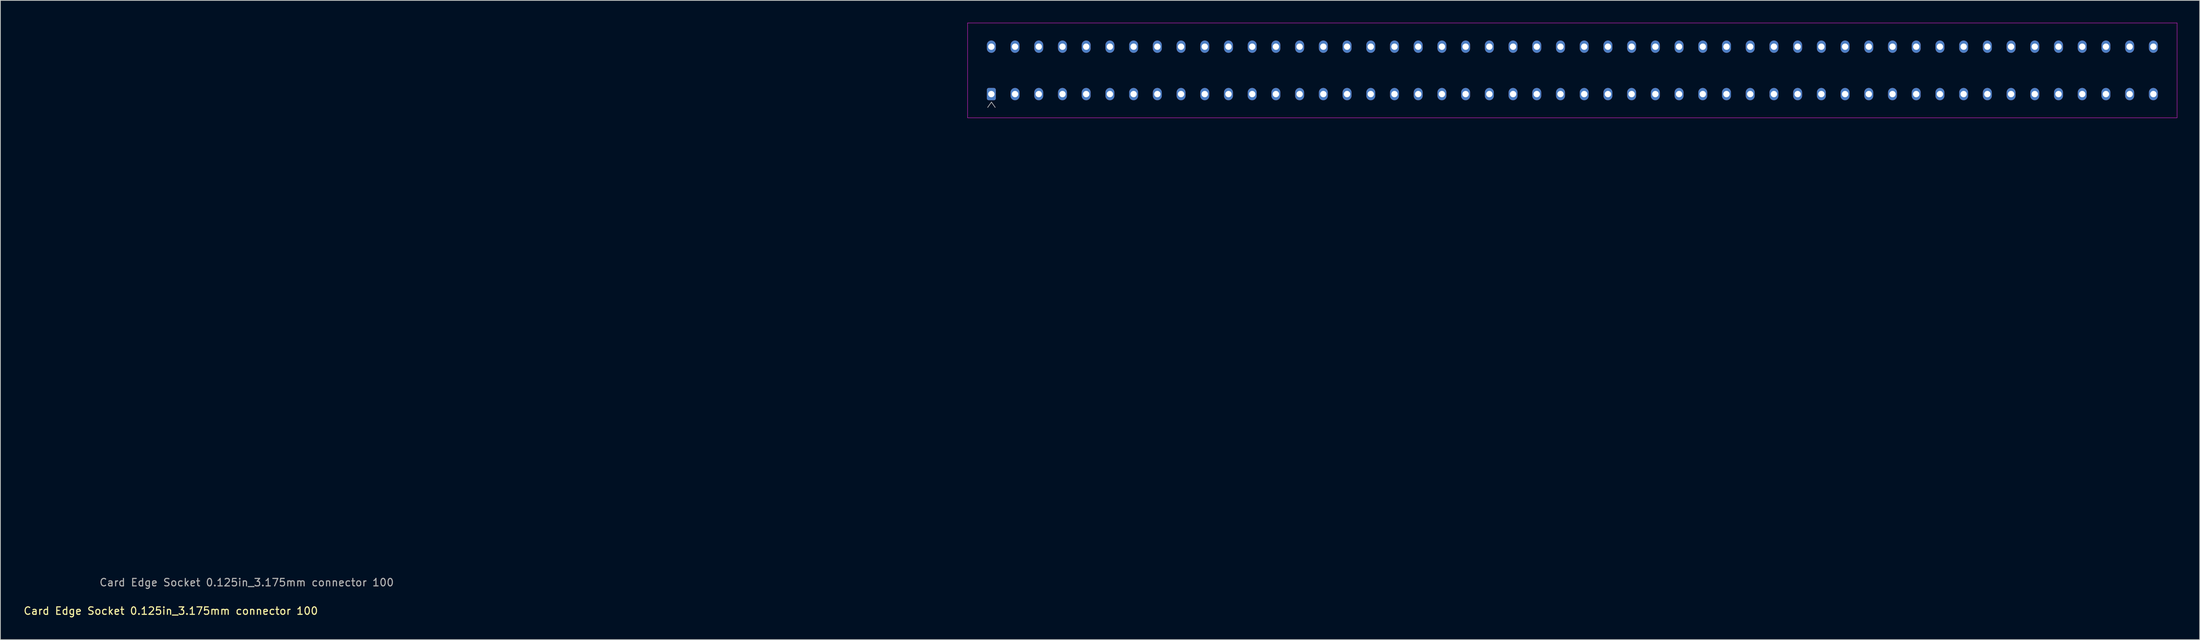
<source format=kicad_pcb>
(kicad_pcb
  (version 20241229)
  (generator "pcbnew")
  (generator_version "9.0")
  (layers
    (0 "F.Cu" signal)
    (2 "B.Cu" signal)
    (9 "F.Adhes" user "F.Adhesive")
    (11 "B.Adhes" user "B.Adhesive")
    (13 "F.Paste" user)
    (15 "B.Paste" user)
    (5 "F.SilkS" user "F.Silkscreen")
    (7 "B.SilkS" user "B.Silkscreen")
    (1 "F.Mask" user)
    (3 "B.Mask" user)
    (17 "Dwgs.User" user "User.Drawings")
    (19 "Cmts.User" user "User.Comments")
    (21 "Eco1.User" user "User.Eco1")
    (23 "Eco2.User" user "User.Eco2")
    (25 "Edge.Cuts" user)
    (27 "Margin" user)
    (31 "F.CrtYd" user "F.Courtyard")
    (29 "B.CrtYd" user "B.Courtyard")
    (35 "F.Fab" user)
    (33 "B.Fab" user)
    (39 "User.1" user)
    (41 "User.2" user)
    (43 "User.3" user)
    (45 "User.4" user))
  (footprint "Card Edge Socket 0.125in_3.175mm connector 100"
    (layer "F.Cu")
    (at 126.495 9.55)
    (property "Reference" "Card Edge Socket 0.125in_3.175mm connector 100" (at -106.68 69.215 0) (layer "F.SilkS") (effects (font (size 1 1) (thickness 0.15))))
    (attr through_hole)
    (fp_line (start 0 -9.525) (end 161.925 -9.525) (stroke (width 0.05) (type solid)) (layer "F.CrtYd"))
    (fp_line (start 0 3.175) (end 0 -9.525) (stroke (width 0.05) (type solid)) (layer "F.CrtYd"))
    (fp_line (start 161.925 -9.525) (end 161.925 3.175) (stroke (width 0.05) (type solid)) (layer "F.CrtYd"))
    (fp_line (start 161.925 3.175) (end 0 3.175) (stroke (width 0.05) (type solid)) (layer "F.CrtYd"))
    (fp_line (start 2.69 1.777) (end 3.19 1.07) (stroke (width 0.1) (type solid)) (layer "F.Fab"))
    (fp_line (start 3.19 1.07) (end 3.69 1.777) (stroke (width 0.1) (type solid)) (layer "F.Fab"))
    (fp_text user "${REFERENCE}" (at -96.52 65.405 0) (layer "F.Fab") (effects (font (size 1 1) (thickness 0.15))))
    (pad "1" thru_hole roundrect (at 3.175 0) (size 1.2 1.65) (drill 0.85) (layers "*.Cu" "*.Mask") (roundrect_rratio 0.208))
    (pad "2" thru_hole oval (at 3.175 -6.35) (size 1.2 1.65) (drill 0.85) (layers "*.Cu" "*.Mask"))
    (pad "3" thru_hole oval (at 6.35 0) (size 1.2 1.65) (drill 0.85) (layers "*.Cu" "*.Mask"))
    (pad "4" thru_hole oval (at 6.35 -6.35) (size 1.2 1.65) (drill 0.85) (layers "*.Cu" "*.Mask"))
    (pad "5" thru_hole oval (at 9.525 0) (size 1.2 1.65) (drill 0.85) (layers "*.Cu" "*.Mask"))
    (pad "6" thru_hole oval (at 9.525 -6.35) (size 1.2 1.65) (drill 0.85) (layers "*.Cu" "*.Mask"))
    (pad "7" thru_hole oval (at 12.7 0) (size 1.2 1.65) (drill 0.85) (layers "*.Cu" "*.Mask"))
    (pad "8" thru_hole oval (at 12.7 -6.35) (size 1.2 1.65) (drill 0.85) (layers "*.Cu" "*.Mask"))
    (pad "9" thru_hole oval (at 15.875 0) (size 1.2 1.65) (drill 0.85) (layers "*.Cu" "*.Mask"))
    (pad "10" thru_hole oval (at 15.875 -6.35) (size 1.2 1.65) (drill 0.85) (layers "*.Cu" "*.Mask"))
    (pad "11" thru_hole oval (at 19.05 0) (size 1.2 1.65) (drill 0.85) (layers "*.Cu" "*.Mask"))
    (pad "12" thru_hole oval (at 19.05 -6.35) (size 1.2 1.65) (drill 0.85) (layers "*.Cu" "*.Mask"))
    (pad "13" thru_hole oval (at 22.225 0) (size 1.2 1.65) (drill 0.85) (layers "*.Cu" "*.Mask"))
    (pad "14" thru_hole oval (at 22.225 -6.35) (size 1.2 1.65) (drill 0.85) (layers "*.Cu" "*.Mask"))
    (pad "15" thru_hole oval (at 25.4 0) (size 1.2 1.65) (drill 0.85) (layers "*.Cu" "*.Mask"))
    (pad "16" thru_hole oval (at 25.4 -6.35) (size 1.2 1.65) (drill 0.85) (layers "*.Cu" "*.Mask"))
    (pad "17" thru_hole oval (at 28.575 0) (size 1.2 1.65) (drill 0.85) (layers "*.Cu" "*.Mask"))
    (pad "18" thru_hole oval (at 28.575 -6.35) (size 1.2 1.65) (drill 0.85) (layers "*.Cu" "*.Mask"))
    (pad "19" thru_hole oval (at 31.75 0) (size 1.2 1.65) (drill 0.85) (layers "*.Cu" "*.Mask"))
    (pad "20" thru_hole oval (at 31.75 -6.35) (size 1.2 1.65) (drill 0.85) (layers "*.Cu" "*.Mask"))
    (pad "21" thru_hole oval (at 34.925 0) (size 1.2 1.65) (drill 0.85) (layers "*.Cu" "*.Mask"))
    (pad "22" thru_hole oval (at 34.925 -6.35) (size 1.2 1.65) (drill 0.85) (layers "*.Cu" "*.Mask"))
    (pad "23" thru_hole oval (at 38.1 0) (size 1.2 1.65) (drill 0.85) (layers "*.Cu" "*.Mask"))
    (pad "24" thru_hole oval (at 38.1 -6.35) (size 1.2 1.65) (drill 0.85) (layers "*.Cu" "*.Mask"))
    (pad "25" thru_hole oval (at 41.275 0) (size 1.2 1.65) (drill 0.85) (layers "*.Cu" "*.Mask"))
    (pad "26" thru_hole oval (at 41.275 -6.35) (size 1.2 1.65) (drill 0.85) (layers "*.Cu" "*.Mask"))
    (pad "27" thru_hole oval (at 44.45 0) (size 1.2 1.65) (drill 0.85) (layers "*.Cu" "*.Mask"))
    (pad "28" thru_hole oval (at 44.45 -6.35) (size 1.2 1.65) (drill 0.85) (layers "*.Cu" "*.Mask"))
    (pad "29" thru_hole oval (at 47.625 0) (size 1.2 1.65) (drill 0.85) (layers "*.Cu" "*.Mask"))
    (pad "30" thru_hole oval (at 47.625 -6.35) (size 1.2 1.65) (drill 0.85) (layers "*.Cu" "*.Mask"))
    (pad "31" thru_hole oval (at 50.8 0) (size 1.2 1.65) (drill 0.85) (layers "*.Cu" "*.Mask"))
    (pad "32" thru_hole oval (at 50.8 -6.35) (size 1.2 1.65) (drill 0.85) (layers "*.Cu" "*.Mask"))
    (pad "33" thru_hole oval (at 53.975 0) (size 1.2 1.65) (drill 0.85) (layers "*.Cu" "*.Mask"))
    (pad "34" thru_hole oval (at 53.975 -6.35) (size 1.2 1.65) (drill 0.85) (layers "*.Cu" "*.Mask"))
    (pad "35" thru_hole oval (at 57.15 0) (size 1.2 1.65) (drill 0.85) (layers "*.Cu" "*.Mask"))
    (pad "36" thru_hole oval (at 57.15 -6.35) (size 1.2 1.65) (drill 0.85) (layers "*.Cu" "*.Mask"))
    (pad "37" thru_hole oval (at 60.325 0) (size 1.2 1.65) (drill 0.85) (layers "*.Cu" "*.Mask"))
    (pad "38" thru_hole oval (at 60.325 -6.35) (size 1.2 1.65) (drill 0.85) (layers "*.Cu" "*.Mask"))
    (pad "39" thru_hole oval (at 63.5 0) (size 1.2 1.65) (drill 0.85) (layers "*.Cu" "*.Mask"))
    (pad "40" thru_hole oval (at 63.5 -6.35) (size 1.2 1.65) (drill 0.85) (layers "*.Cu" "*.Mask"))
    (pad "41" thru_hole oval (at 66.675 0) (size 1.2 1.65) (drill 0.85) (layers "*.Cu" "*.Mask"))
    (pad "42" thru_hole oval (at 66.675 -6.35) (size 1.2 1.65) (drill 0.85) (layers "*.Cu" "*.Mask"))
    (pad "43" thru_hole oval (at 69.85 0) (size 1.2 1.65) (drill 0.85) (layers "*.Cu" "*.Mask"))
    (pad "44" thru_hole oval (at 69.85 -6.35) (size 1.2 1.65) (drill 0.85) (layers "*.Cu" "*.Mask"))
    (pad "45" thru_hole oval (at 73.025 0) (size 1.2 1.65) (drill 0.85) (layers "*.Cu" "*.Mask"))
    (pad "46" thru_hole oval (at 73.025 -6.35) (size 1.2 1.65) (drill 0.85) (layers "*.Cu" "*.Mask"))
    (pad "47" thru_hole oval (at 76.2 0) (size 1.2 1.65) (drill 0.85) (layers "*.Cu" "*.Mask"))
    (pad "48" thru_hole oval (at 76.2 -6.35) (size 1.2 1.65) (drill 0.85) (layers "*.Cu" "*.Mask"))
    (pad "49" thru_hole oval (at 79.375 0) (size 1.2 1.65) (drill 0.85) (layers "*.Cu" "*.Mask"))
    (pad "50" thru_hole oval (at 79.375 -6.35) (size 1.2 1.65) (drill 0.85) (layers "*.Cu" "*.Mask"))
    (pad "51" thru_hole oval (at 82.55 0) (size 1.2 1.65) (drill 0.85) (layers "*.Cu" "*.Mask"))
    (pad "52" thru_hole oval (at 82.55 -6.35) (size 1.2 1.65) (drill 0.85) (layers "*.Cu" "*.Mask"))
    (pad "53" thru_hole oval (at 85.725 0) (size 1.2 1.65) (drill 0.85) (layers "*.Cu" "*.Mask"))
    (pad "54" thru_hole oval (at 85.725 -6.35) (size 1.2 1.65) (drill 0.85) (layers "*.Cu" "*.Mask"))
    (pad "55" thru_hole oval (at 88.9 0) (size 1.2 1.65) (drill 0.85) (layers "*.Cu" "*.Mask"))
    (pad "56" thru_hole oval (at 88.9 -6.35) (size 1.2 1.65) (drill 0.85) (layers "*.Cu" "*.Mask"))
    (pad "57" thru_hole oval (at 92.075 0) (size 1.2 1.65) (drill 0.85) (layers "*.Cu" "*.Mask"))
    (pad "58" thru_hole oval (at 92.075 -6.35) (size 1.2 1.65) (drill 0.85) (layers "*.Cu" "*.Mask"))
    (pad "59" thru_hole oval (at 95.25 0) (size 1.2 1.65) (drill 0.85) (layers "*.Cu" "*.Mask"))
    (pad "60" thru_hole oval (at 95.25 -6.35) (size 1.2 1.65) (drill 0.85) (layers "*.Cu" "*.Mask"))
    (pad "61" thru_hole oval (at 98.425 0) (size 1.2 1.65) (drill 0.85) (layers "*.Cu" "*.Mask"))
    (pad "62" thru_hole oval (at 98.425 -6.35) (size 1.2 1.65) (drill 0.85) (layers "*.Cu" "*.Mask"))
    (pad "63" thru_hole oval (at 101.6 0) (size 1.2 1.65) (drill 0.85) (layers "*.Cu" "*.Mask"))
    (pad "64" thru_hole oval (at 101.6 -6.35) (size 1.2 1.65) (drill 0.85) (layers "*.Cu" "*.Mask"))
    (pad "65" thru_hole oval (at 104.775 0) (size 1.2 1.65) (drill 0.85) (layers "*.Cu" "*.Mask"))
    (pad "66" thru_hole oval (at 104.775 -6.35) (size 1.2 1.65) (drill 0.85) (layers "*.Cu" "*.Mask"))
    (pad "67" thru_hole oval (at 107.95 0) (size 1.2 1.65) (drill 0.85) (layers "*.Cu" "*.Mask"))
    (pad "68" thru_hole oval (at 107.95 -6.35) (size 1.2 1.65) (drill 0.85) (layers "*.Cu" "*.Mask"))
    (pad "69" thru_hole oval (at 111.125 0) (size 1.2 1.65) (drill 0.85) (layers "*.Cu" "*.Mask"))
    (pad "70" thru_hole oval (at 111.125 -6.35) (size 1.2 1.65) (drill 0.85) (layers "*.Cu" "*.Mask"))
    (pad "71" thru_hole oval (at 114.3 0) (size 1.2 1.65) (drill 0.85) (layers "*.Cu" "*.Mask"))
    (pad "72" thru_hole oval (at 114.3 -6.35) (size 1.2 1.65) (drill 0.85) (layers "*.Cu" "*.Mask"))
    (pad "73" thru_hole oval (at 117.475 0) (size 1.2 1.65) (drill 0.85) (layers "*.Cu" "*.Mask"))
    (pad "74" thru_hole oval (at 117.475 -6.35) (size 1.2 1.65) (drill 0.85) (layers "*.Cu" "*.Mask"))
    (pad "75" thru_hole oval (at 120.65 0) (size 1.2 1.65) (drill 0.85) (layers "*.Cu" "*.Mask"))
    (pad "76" thru_hole oval (at 120.65 -6.35) (size 1.2 1.65) (drill 0.85) (layers "*.Cu" "*.Mask"))
    (pad "77" thru_hole oval (at 123.825 0) (size 1.2 1.65) (drill 0.85) (layers "*.Cu" "*.Mask"))
    (pad "78" thru_hole oval (at 123.825 -6.35) (size 1.2 1.65) (drill 0.85) (layers "*.Cu" "*.Mask"))
    (pad "79" thru_hole oval (at 127 0) (size 1.2 1.65) (drill 0.85) (layers "*.Cu" "*.Mask"))
    (pad "80" thru_hole oval (at 127 -6.35) (size 1.2 1.65) (drill 0.85) (layers "*.Cu" "*.Mask"))
    (pad "81" thru_hole oval (at 130.175 0) (size 1.2 1.65) (drill 0.85) (layers "*.Cu" "*.Mask"))
    (pad "82" thru_hole oval (at 130.175 -6.35) (size 1.2 1.65) (drill 0.85) (layers "*.Cu" "*.Mask"))
    (pad "83" thru_hole oval (at 133.35 0) (size 1.2 1.65) (drill 0.85) (layers "*.Cu" "*.Mask"))
    (pad "84" thru_hole oval (at 133.35 -6.35) (size 1.2 1.65) (drill 0.85) (layers "*.Cu" "*.Mask"))
    (pad "85" thru_hole oval (at 136.525 0) (size 1.2 1.65) (drill 0.85) (layers "*.Cu" "*.Mask"))
    (pad "86" thru_hole oval (at 136.525 -6.35) (size 1.2 1.65) (drill 0.85) (layers "*.Cu" "*.Mask"))
    (pad "87" thru_hole oval (at 139.7 0) (size 1.2 1.65) (drill 0.85) (layers "*.Cu" "*.Mask"))
    (pad "88" thru_hole oval (at 139.7 -6.35) (size 1.2 1.65) (drill 0.85) (layers "*.Cu" "*.Mask"))
    (pad "89" thru_hole oval (at 142.875 0) (size 1.2 1.65) (drill 0.85) (layers "*.Cu" "*.Mask"))
    (pad "90" thru_hole oval (at 142.875 -6.35) (size 1.2 1.65) (drill 0.85) (layers "*.Cu" "*.Mask"))
    (pad "91" thru_hole oval (at 146.05 0) (size 1.2 1.65) (drill 0.85) (layers "*.Cu" "*.Mask"))
    (pad "92" thru_hole oval (at 146.05 -6.35) (size 1.2 1.65) (drill 0.85) (layers "*.Cu" "*.Mask"))
    (pad "93" thru_hole oval (at 149.225 0) (size 1.2 1.65) (drill 0.85) (layers "*.Cu" "*.Mask"))
    (pad "94" thru_hole oval (at 149.225 -6.35) (size 1.2 1.65) (drill 0.85) (layers "*.Cu" "*.Mask"))
    (pad "95" thru_hole oval (at 152.4 0) (size 1.2 1.65) (drill 0.85) (layers "*.Cu" "*.Mask"))
    (pad "96" thru_hole oval (at 152.4 -6.35) (size 1.2 1.65) (drill 0.85) (layers "*.Cu" "*.Mask"))
    (pad "97" thru_hole oval (at 155.575 0) (size 1.2 1.65) (drill 0.85) (layers "*.Cu" "*.Mask"))
    (pad "98" thru_hole oval (at 155.575 -6.35) (size 1.2 1.65) (drill 0.85) (layers "*.Cu" "*.Mask"))
    (pad "99" thru_hole oval (at 158.75 0) (size 1.2 1.65) (drill 0.85) (layers "*.Cu" "*.Mask"))
    (pad "100" thru_hole oval (at 158.75 -6.35) (size 1.2 1.65) (drill 0.85) (layers "*.Cu" "*.Mask")))
  (gr_rect
    (start -3 -3)
    (end 291.445 82.613)
    (stroke (width 0.1) (type default))
    (fill no)
    (layer "Edge.Cuts")))
</source>
